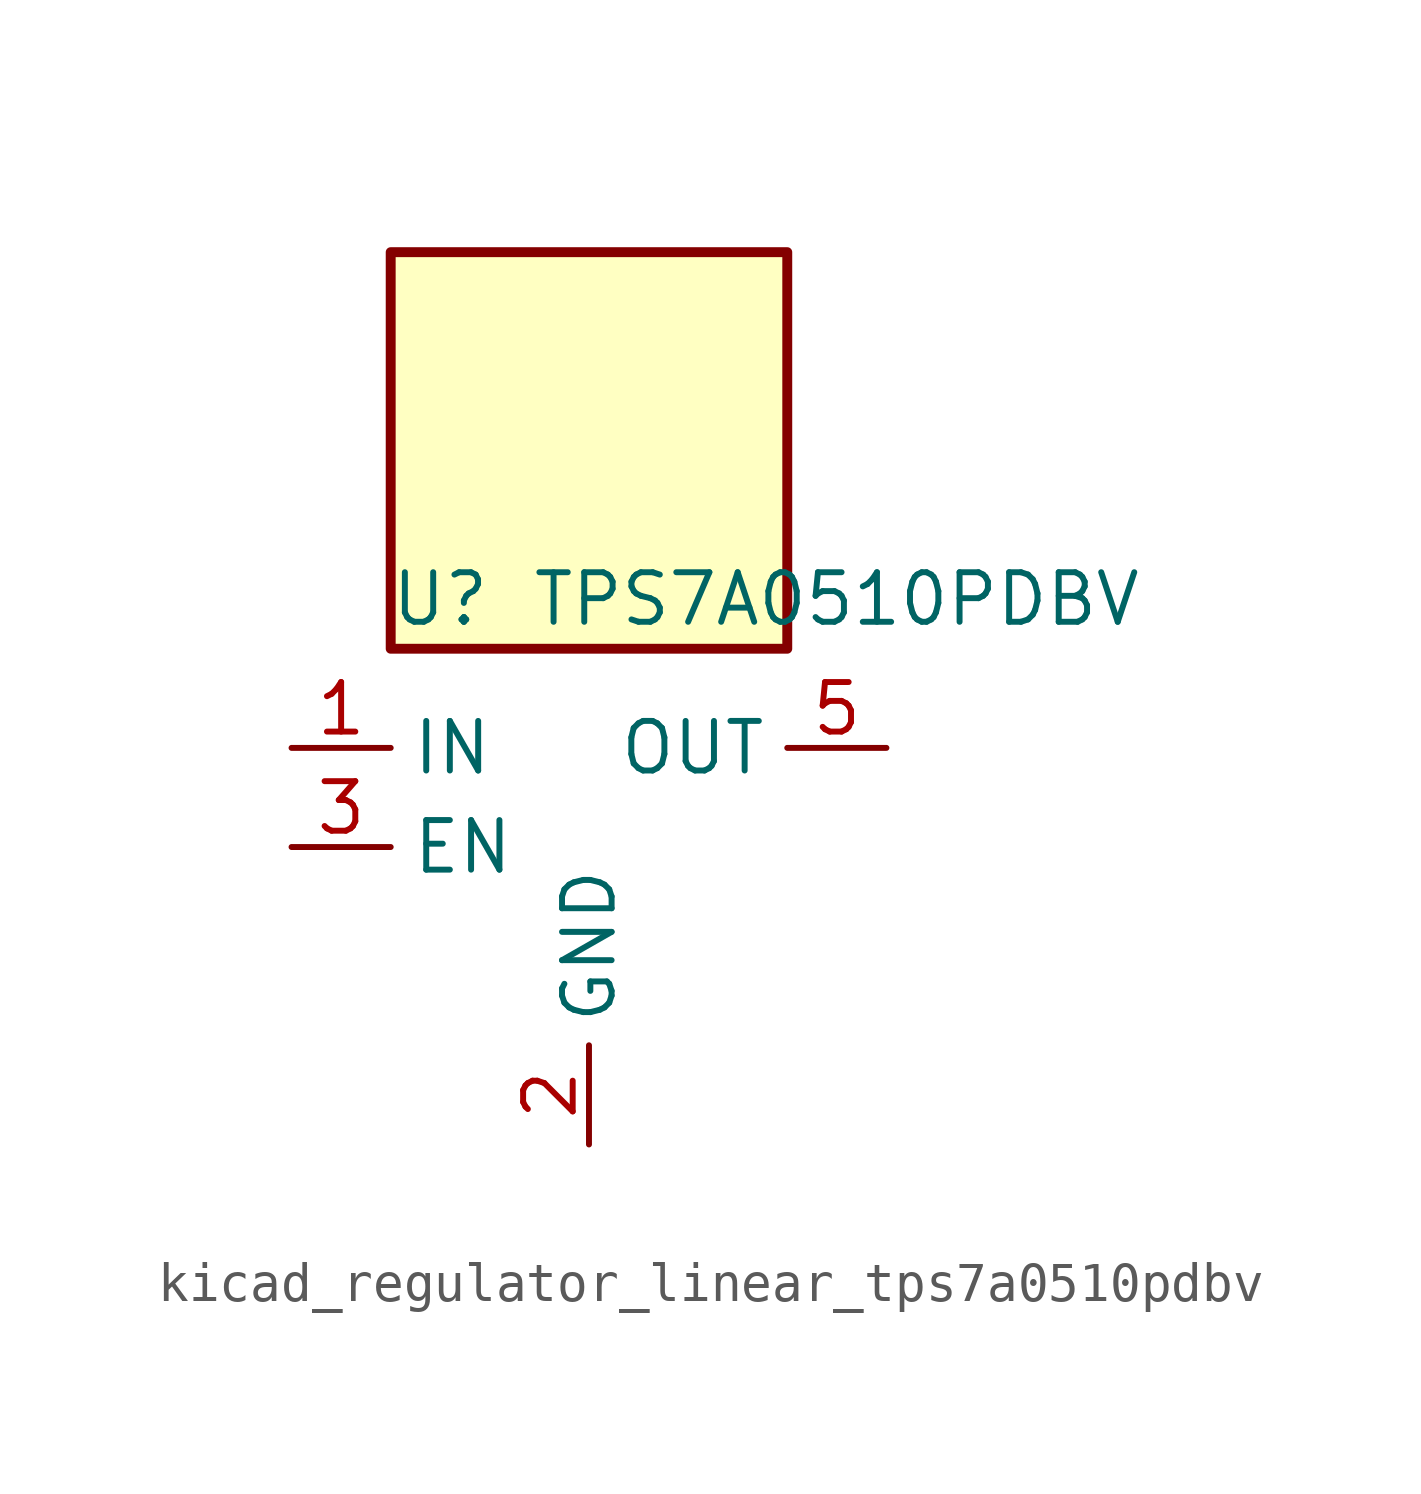
<source format=kicad_sym>
(kicad_symbol_lib
  (version 20220914)
  (generator kicad_symbol_editor)
  (symbol "kicad_regulator_linear_tps7a0510pdbv"
    (property "Reference" "U"
      (at -3.81 6.35 0)
      (effects (font (size 1.27 1.27))))
    (property "Value" "TPS7A0510PDBV"
      (at 6.35 6.35 0)
      (effects (font (size 1.27 1.27))))
    (symbol "kicad_regulator_linear_tps7a0510pdbv_0_1"
      (rectangle (start 5.08 15.24) (end -5.08 5.08) (stroke (width 0.254) (type default)) (fill (type background)))
      (pin power_in line (at -7.62 2.54 0) (length 2.54) (name "IN" (effects (font (size 1.27 1.27)))) (number "1" (effects (font (size 1.27 1.27)))))
      (pin power_in line (at 0 -7.62 90) (length 2.54) (name "GND" (effects (font (size 1.27 1.27)))) (number "2" (effects (font (size 1.27 1.27)))))
      (pin input line (at -7.62 0 0) (length 2.54) (name "EN" (effects (font (size 1.27 1.27)))) (number "3" (effects (font (size 1.27 1.27)))))
      (pin no_connect line (at 5.08 0 180) (length 2.54) hide (name "NC" (effects (font (size 1.27 1.27)))) (number "4" (effects (font (size 1.27 1.27)))))
      (pin power_out line (at 7.62 2.54 180) (length 2.54) (name "OUT" (effects (font (size 1.27 1.27)))) (number "5" (effects (font (size 1.27 1.27))))))))
</source>
